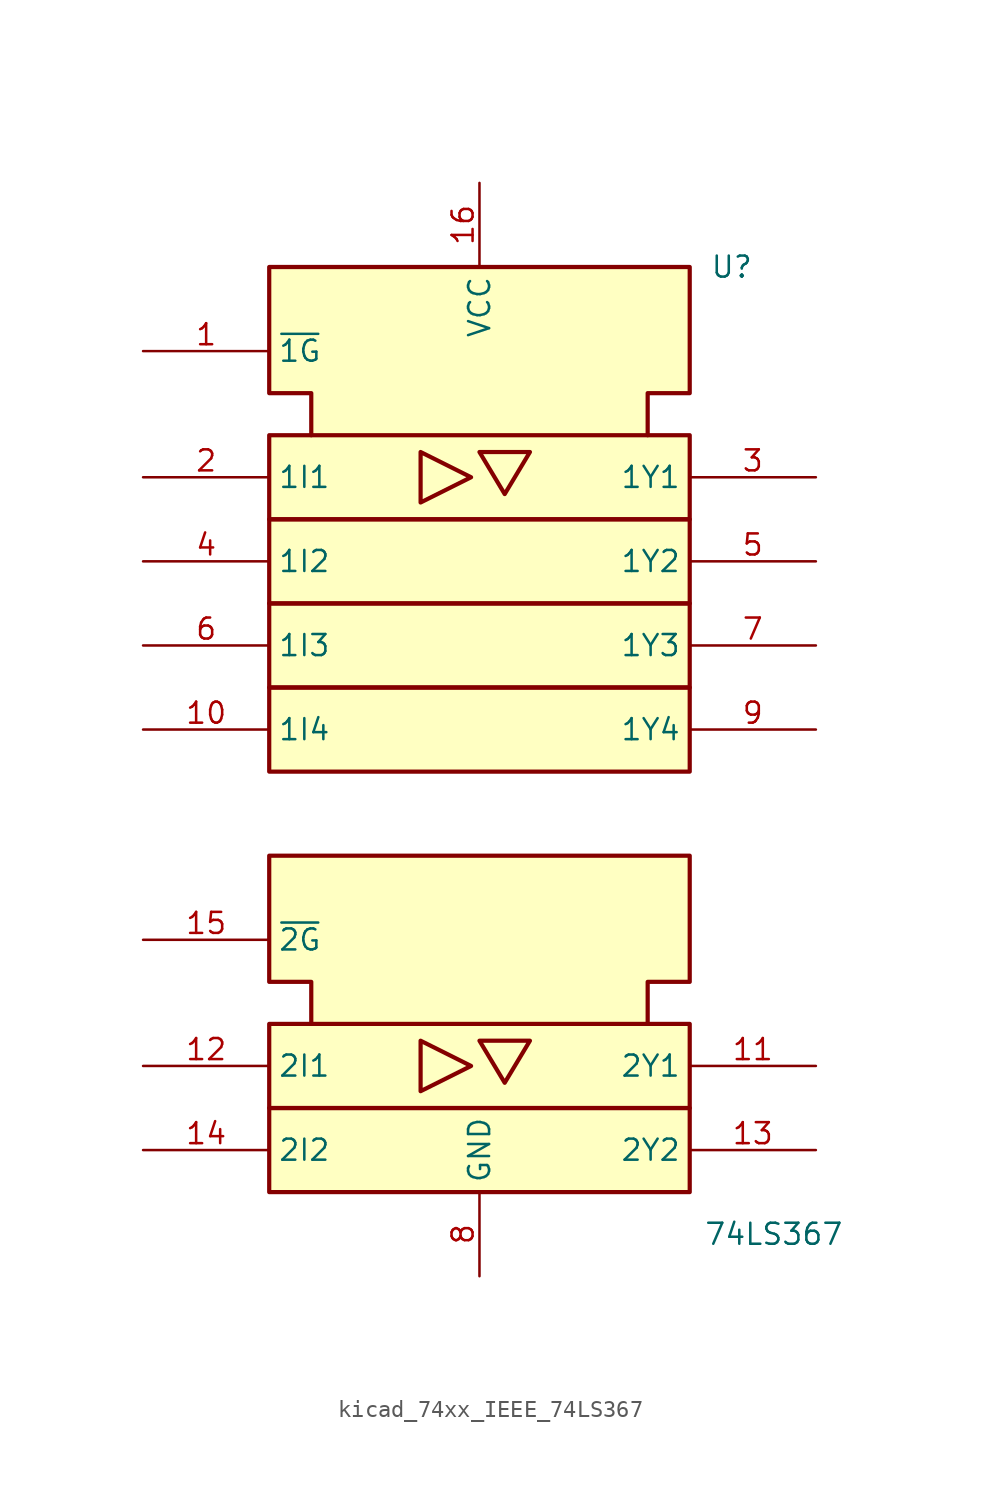
<source format=kicad_sym>
(kicad_symbol_lib
  (version 20220914)
  (generator kicad_symbol_editor)
  (symbol "kicad_74xx_IEEE_74LS367"
    (property "Reference" "U"
      (at 15.24 17.78 0)
      (effects (font (size 1.27 1.27))))
    (property "Value" "74LS367"
      (at 17.78 -40.64 0)
      (effects (font (size 1.27 1.27))))
    (symbol "kicad_74xx_IEEE_74LS367_0_0"
      (rectangle (start -12.7 -33.02) (end 12.7 -38.1) (stroke (width 0.254) (type default)) (fill (type background)))
      (rectangle (start -12.7 -27.94) (end 12.7 -33.02) (stroke (width 0.254) (type default)) (fill (type background)))
      (rectangle (start -12.7 -7.62) (end 12.7 -12.7) (stroke (width 0.254) (type default)) (fill (type background)))
      (rectangle (start -12.7 -2.54) (end 12.7 -7.62) (stroke (width 0.254) (type default)) (fill (type background)))
      (rectangle (start -12.7 2.54) (end 12.7 -2.54) (stroke (width 0.254) (type default)) (fill (type background)))
      (rectangle (start -12.7 7.62) (end 12.7 2.54) (stroke (width 0.254) (type default)) (fill (type background)))
      (polyline (pts (xy -3.556 -28.956) (xy -3.556 -32.004) (xy -0.508 -30.48) (xy -3.556 -28.956) (xy -3.556 -28.956)) (stroke (width 0.254) (type default)) (fill (type background)))
      (polyline (pts (xy -3.556 6.604) (xy -0.508 5.08) (xy -3.556 3.556) (xy -3.556 6.604) (xy -3.556 6.604)) (stroke (width 0.254) (type default)) (fill (type background)))
      (polyline (pts (xy -10.16 -27.94) (xy -10.16 -25.4) (xy -12.7 -25.4) (xy -12.7 -17.78) (xy 12.7 -17.78) (xy 12.7 -25.4) (xy 10.16 -25.4) (xy 10.16 -27.94) (xy 10.16 -27.94)) (stroke (width 0.254) (type default)) (fill (type background)))
      (polyline (pts (xy -10.16 7.62) (xy -10.16 10.16) (xy -12.7 10.16) (xy -12.7 17.78) (xy 12.7 17.78) (xy 12.7 10.16) (xy 10.16 10.16) (xy 10.16 7.62) (xy 10.16 7.62)) (stroke (width 0.254) (type default)) (fill (type background)))
      (pin power_in line (at 0 22.86 270) (length 5.08) (name "VCC" (effects (font (size 1.27 1.27)))) (number "16" (effects (font (size 1.27 1.27)))))
      (pin power_in line (at 0 -43.18 90) (length 5.08) (name "GND" (effects (font (size 1.27 1.27)))) (number "8" (effects (font (size 1.27 1.27))))))
    (symbol "kicad_74xx_IEEE_74LS367_0_1"
      (polyline (pts (xy 0 -28.956) (xy 3.048 -28.956) (xy 1.524 -31.496) (xy 0 -28.956) (xy 0 -28.956)) (stroke (width 0.254) (type default)) (fill (type background)))
      (polyline (pts (xy 0 6.604) (xy 3.048 6.604) (xy 1.524 4.064) (xy 0 6.604) (xy 0 6.604)) (stroke (width 0.254) (type default)) (fill (type background))))
    (symbol "kicad_74xx_IEEE_74LS367_1_1"
      (pin input line (at -20.32 12.7 0) (length 7.62) (name "~{1G}" (effects (font (size 1.27 1.27)))) (number "1" (effects (font (size 1.27 1.27)))))
      (pin input line (at -20.32 -10.16 0) (length 7.62) (name "1I4" (effects (font (size 1.27 1.27)))) (number "10" (effects (font (size 1.27 1.27)))))
      (pin tri_state line (at 20.32 -30.48 180) (length 7.62) (name "2Y1" (effects (font (size 1.27 1.27)))) (number "11" (effects (font (size 1.27 1.27)))))
      (pin input line (at -20.32 -30.48 0) (length 7.62) (name "2I1" (effects (font (size 1.27 1.27)))) (number "12" (effects (font (size 1.27 1.27)))))
      (pin tri_state line (at 20.32 -35.56 180) (length 7.62) (name "2Y2" (effects (font (size 1.27 1.27)))) (number "13" (effects (font (size 1.27 1.27)))))
      (pin input line (at -20.32 -35.56 0) (length 7.62) (name "2I2" (effects (font (size 1.27 1.27)))) (number "14" (effects (font (size 1.27 1.27)))))
      (pin input line (at -20.32 -22.86 0) (length 7.62) (name "~{2G}" (effects (font (size 1.27 1.27)))) (number "15" (effects (font (size 1.27 1.27)))))
      (pin input line (at -20.32 5.08 0) (length 7.62) (name "1I1" (effects (font (size 1.27 1.27)))) (number "2" (effects (font (size 1.27 1.27)))))
      (pin tri_state line (at 20.32 5.08 180) (length 7.62) (name "1Y1" (effects (font (size 1.27 1.27)))) (number "3" (effects (font (size 1.27 1.27)))))
      (pin input line (at -20.32 0 0) (length 7.62) (name "1I2" (effects (font (size 1.27 1.27)))) (number "4" (effects (font (size 1.27 1.27)))))
      (pin tri_state line (at 20.32 0 180) (length 7.62) (name "1Y2" (effects (font (size 1.27 1.27)))) (number "5" (effects (font (size 1.27 1.27)))))
      (pin input line (at -20.32 -5.08 0) (length 7.62) (name "1I3" (effects (font (size 1.27 1.27)))) (number "6" (effects (font (size 1.27 1.27)))))
      (pin tri_state line (at 20.32 -5.08 180) (length 7.62) (name "1Y3" (effects (font (size 1.27 1.27)))) (number "7" (effects (font (size 1.27 1.27)))))
      (pin tri_state line (at 20.32 -10.16 180) (length 7.62) (name "1Y4" (effects (font (size 1.27 1.27)))) (number "9" (effects (font (size 1.27 1.27))))))))
</source>
